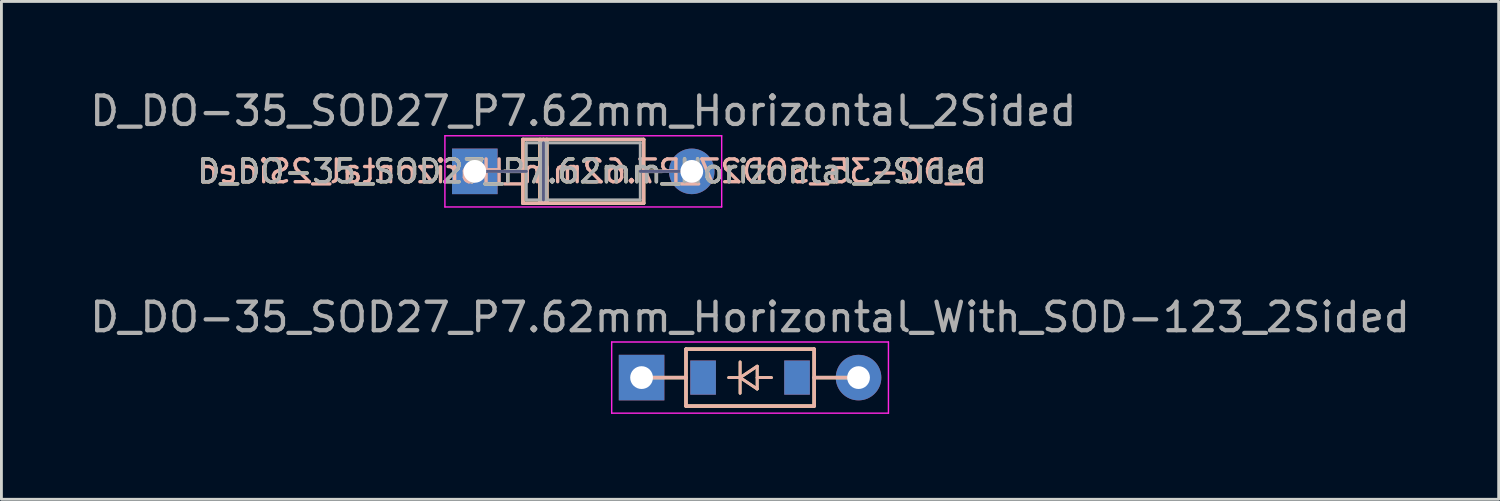
<source format=kicad_pcb>
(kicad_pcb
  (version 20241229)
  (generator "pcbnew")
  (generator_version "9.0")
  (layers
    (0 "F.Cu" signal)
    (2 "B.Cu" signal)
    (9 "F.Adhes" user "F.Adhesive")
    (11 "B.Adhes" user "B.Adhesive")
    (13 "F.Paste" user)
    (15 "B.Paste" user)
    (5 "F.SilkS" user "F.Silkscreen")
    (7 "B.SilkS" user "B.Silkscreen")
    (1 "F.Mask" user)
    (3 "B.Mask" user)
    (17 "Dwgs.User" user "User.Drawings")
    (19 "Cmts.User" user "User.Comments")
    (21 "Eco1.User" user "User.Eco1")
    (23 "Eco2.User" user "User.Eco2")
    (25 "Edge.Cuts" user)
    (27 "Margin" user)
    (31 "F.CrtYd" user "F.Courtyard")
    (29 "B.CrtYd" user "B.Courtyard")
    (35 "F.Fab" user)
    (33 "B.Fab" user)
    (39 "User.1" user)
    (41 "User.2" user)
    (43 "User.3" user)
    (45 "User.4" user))
  (footprint "D_DO-35_SOD27_P7.62mm_Horizontal_With_SOD-123_2Sided"
    (layer "F.Cu")
    (at 23.292 10.211)
    (property "Reference" "D_DO-35_SOD27_P7.62mm_Horizontal_With_SOD-123_2Sided" (at 0 -2.12 0) (unlocked yes) (layer "F.Fab") (effects (font (size 1 1) (thickness 0.15))))
    (attr through_hole)
    (fp_line (start -3.81 0) (end -2.25 0) (stroke (width 0.12) (type solid)) (layer "F.SilkS"))
    (fp_line (start -2.25 -1) (end -2.25 1) (stroke (width 0.12) (type solid)) (layer "F.SilkS"))
    (fp_line (start -2.25 -1) (end 2.25 -1) (stroke (width 0.12) (type solid)) (layer "F.SilkS"))
    (fp_line (start -2.25 1) (end 2.25 1) (stroke (width 0.12) (type solid)) (layer "F.SilkS"))
    (fp_line (start -0.75 0) (end -0.35 0) (stroke (width 0.1) (type solid)) (layer "F.SilkS"))
    (fp_line (start -0.35 -0.55) (end -0.35 0.55) (stroke (width 0.1) (type solid)) (layer "F.SilkS"))
    (fp_line (start -0.35 0) (end 0.25 -0.4) (stroke (width 0.1) (type solid)) (layer "F.SilkS"))
    (fp_line (start 0.25 -0.4) (end 0.25 0.4) (stroke (width 0.1) (type solid)) (layer "F.SilkS"))
    (fp_line (start 0.25 0) (end 0.75 0) (stroke (width 0.1) (type solid)) (layer "F.SilkS"))
    (fp_line (start 0.25 0.4) (end -0.35 0) (stroke (width 0.1) (type solid)) (layer "F.SilkS"))
    (fp_line (start 2.25 -1) (end 2.25 1) (stroke (width 0.12) (type solid)) (layer "F.SilkS"))
    (fp_line (start 3.81 0) (end 2.25 0) (stroke (width 0.12) (type solid)) (layer "F.SilkS"))
    (fp_line (start -3.81 0) (end -2.25 0) (stroke (width 0.12) (type solid)) (layer "B.SilkS"))
    (fp_line (start -2.25 -1) (end 2.25 -1) (stroke (width 0.12) (type solid)) (layer "B.SilkS"))
    (fp_line (start -2.25 1) (end -2.25 -1) (stroke (width 0.12) (type solid)) (layer "B.SilkS"))
    (fp_line (start -2.25 1) (end 2.25 1) (stroke (width 0.12) (type solid)) (layer "B.SilkS"))
    (fp_line (start -0.75 0) (end -0.35 0) (stroke (width 0.1) (type solid)) (layer "B.SilkS"))
    (fp_line (start -0.35 0) (end 0.25 0.4) (stroke (width 0.1) (type solid)) (layer "B.SilkS"))
    (fp_line (start -0.35 0.55) (end -0.35 -0.55) (stroke (width 0.1) (type solid)) (layer "B.SilkS"))
    (fp_line (start 0.25 -0.4) (end -0.35 0) (stroke (width 0.1) (type solid)) (layer "B.SilkS"))
    (fp_line (start 0.25 0) (end 0.75 0) (stroke (width 0.1) (type solid)) (layer "B.SilkS"))
    (fp_line (start 0.25 0.4) (end 0.25 -0.4) (stroke (width 0.1) (type solid)) (layer "B.SilkS"))
    (fp_line (start 2.25 1) (end 2.25 -1) (stroke (width 0.12) (type solid)) (layer "B.SilkS"))
    (fp_line (start 3.81 0) (end 2.25 0) (stroke (width 0.12) (type solid)) (layer "B.SilkS"))
    (fp_line (start -4.86 -1.25) (end -4.86 1.25) (stroke (width 0.05) (type solid)) (layer "F.CrtYd"))
    (fp_line (start -4.86 1.25) (end 4.86 1.25) (stroke (width 0.05) (type solid)) (layer "F.CrtYd"))
    (fp_line (start 4.86 -1.25) (end -4.86 -1.25) (stroke (width 0.05) (type solid)) (layer "F.CrtYd"))
    (fp_line (start 4.86 1.25) (end 4.86 -1.25) (stroke (width 0.05) (type solid)) (layer "F.CrtYd"))
    (pad "1" thru_hole rect (at -3.81 0) (size 1.6 1.6) (drill 0.8) (layers "*.Cu" "*.Mask"))
    (pad "1" smd rect (at -1.65 0) (size 0.9 1.2) (layers "F.Cu" "F.Mask" "F.Paste"))
    (pad "1" smd rect (at -1.65 0) (size 0.9 1.2) (layers "B.Cu" "B.Mask" "B.Paste"))
    (pad "2" smd rect (at 1.65 0) (size 0.9 1.2) (layers "F.Cu" "F.Mask" "F.Paste"))
    (pad "2" smd rect (at 1.65 0) (size 0.9 1.2) (layers "B.Cu" "B.Mask" "B.Paste"))
    (pad "2" thru_hole oval (at 3.81 0) (size 1.6 1.6) (drill 0.8) (layers "*.Cu" "*.Mask")))
  (footprint "D_DO-35_SOD27_P7.62mm_Horizontal_2Sided"
    (layer "F.Cu")
    (at 17.435 2.968)
    (property "Reference" "D_DO-35_SOD27_P7.62mm_Horizontal_2Sided" (at 0 -2.12 0) (unlocked yes) (layer "F.Fab") (effects (font (size 1 1) (thickness 0.15))))
    (attr through_hole)
    (fp_line (start -2.77 0) (end -2.12 0) (stroke (width 0.12) (type solid)) (layer "F.SilkS"))
    (fp_line (start -2.12 -1.12) (end -2.12 1.12) (stroke (width 0.12) (type solid)) (layer "F.SilkS"))
    (fp_line (start -2.12 1.12) (end 2.12 1.12) (stroke (width 0.12) (type solid)) (layer "F.SilkS"))
    (fp_line (start -1.52 -1.12) (end -1.52 1.12) (stroke (width 0.12) (type solid)) (layer "F.SilkS"))
    (fp_line (start -1.4 -1.12) (end -1.4 1.12) (stroke (width 0.12) (type solid)) (layer "F.SilkS"))
    (fp_line (start -1.28 -1.12) (end -1.28 1.12) (stroke (width 0.12) (type solid)) (layer "F.SilkS"))
    (fp_line (start 2.12 -1.12) (end -2.12 -1.12) (stroke (width 0.12) (type solid)) (layer "F.SilkS"))
    (fp_line (start 2.12 1.12) (end 2.12 -1.12) (stroke (width 0.12) (type solid)) (layer "F.SilkS"))
    (fp_line (start 2.77 0) (end 2.12 0) (stroke (width 0.12) (type solid)) (layer "F.SilkS"))
    (fp_line (start -2.77 0) (end -2.12 0) (stroke (width 0.12) (type solid)) (layer "B.SilkS"))
    (fp_line (start -2.12 -1.12) (end 2.12 -1.12) (stroke (width 0.12) (type solid)) (layer "B.SilkS"))
    (fp_line (start -2.12 1.12) (end -2.12 -1.12) (stroke (width 0.12) (type solid)) (layer "B.SilkS"))
    (fp_line (start -1.52 -1.12) (end -1.52 1.12) (stroke (width 0.12) (type solid)) (layer "B.SilkS"))
    (fp_line (start -1.4 -1.12) (end -1.4 1.12) (stroke (width 0.12) (type solid)) (layer "B.SilkS"))
    (fp_line (start -1.28 -1.12) (end -1.28 1.12) (stroke (width 0.12) (type solid)) (layer "B.SilkS"))
    (fp_line (start 2.12 -1.12) (end 2.12 1.12) (stroke (width 0.12) (type solid)) (layer "B.SilkS"))
    (fp_line (start 2.12 1.12) (end -2.12 1.12) (stroke (width 0.12) (type solid)) (layer "B.SilkS"))
    (fp_line (start 2.77 0) (end 2.12 0) (stroke (width 0.12) (type solid)) (layer "B.SilkS"))
    (fp_line (start -4.86 -1.25) (end -4.86 1.25) (stroke (width 0.05) (type solid)) (layer "F.CrtYd"))
    (fp_line (start -4.86 1.25) (end 4.86 1.25) (stroke (width 0.05) (type solid)) (layer "F.CrtYd"))
    (fp_line (start 4.86 -1.25) (end -4.86 -1.25) (stroke (width 0.05) (type solid)) (layer "F.CrtYd"))
    (fp_line (start 4.86 1.25) (end 4.86 -1.25) (stroke (width 0.05) (type solid)) (layer "F.CrtYd"))
    (fp_line (start -3.81 0) (end -2 0) (stroke (width 0.1) (type solid)) (layer "B.Fab"))
    (fp_line (start -1.4 1) (end -1.4 -1) (stroke (width 0.1) (type solid)) (layer "B.Fab"))
    (fp_line (start 3.81 0) (end 2 0) (stroke (width 0.1) (type solid)) (layer "B.Fab"))
    (fp_line (start -3.81 0) (end -2 0) (stroke (width 0.1) (type solid)) (layer "F.Fab"))
    (fp_line (start -2 -1) (end -2 1) (stroke (width 0.1) (type solid)) (layer "F.Fab"))
    (fp_line (start -2 1) (end 2 1) (stroke (width 0.1) (type solid)) (layer "F.Fab"))
    (fp_line (start -1.5 -1) (end -1.5 1) (stroke (width 0.1) (type solid)) (layer "F.Fab"))
    (fp_line (start -1.4 -1) (end -1.4 1) (stroke (width 0.1) (type solid)) (layer "F.Fab"))
    (fp_line (start -1.3 -1) (end -1.3 1) (stroke (width 0.1) (type solid)) (layer "F.Fab"))
    (fp_line (start 2 -1) (end -2 -1) (stroke (width 0.1) (type solid)) (layer "F.Fab"))
    (fp_line (start 2 1) (end 2 -1) (stroke (width 0.1) (type solid)) (layer "F.Fab"))
    (fp_line (start 3.81 0) (end 2 0) (stroke (width 0.1) (type solid)) (layer "F.Fab"))
    (fp_text user "${REFERENCE}" (at 0.3 0 0) (layer "F.SilkS") (effects (font (size 0.8 0.8) (thickness 0.12))))
    (fp_text user "${REFERENCE}" (at 0.3 0 0) (layer "B.SilkS") (effects (font (size 0.8 0.8) (thickness 0.12)) (justify mirror)))
    (fp_text user "${REFERENCE}" (at 0.3 0 0) (layer "F.Fab") (effects (font (size 0.8 0.8) (thickness 0.12))))
    (pad "1" thru_hole rect (at -3.81 0) (size 1.6 1.6) (drill 0.8) (layers "*.Cu" "*.Mask"))
    (pad "2" thru_hole oval (at 3.81 0) (size 1.6 1.6) (drill 0.8) (layers "*.Cu" "*.Mask")))
  (gr_rect
    (start -3 -3)
    (end 49.583 14.486)
    (stroke (width 0.1) (type default))
    (fill no)
    (layer "Edge.Cuts")))
</source>
